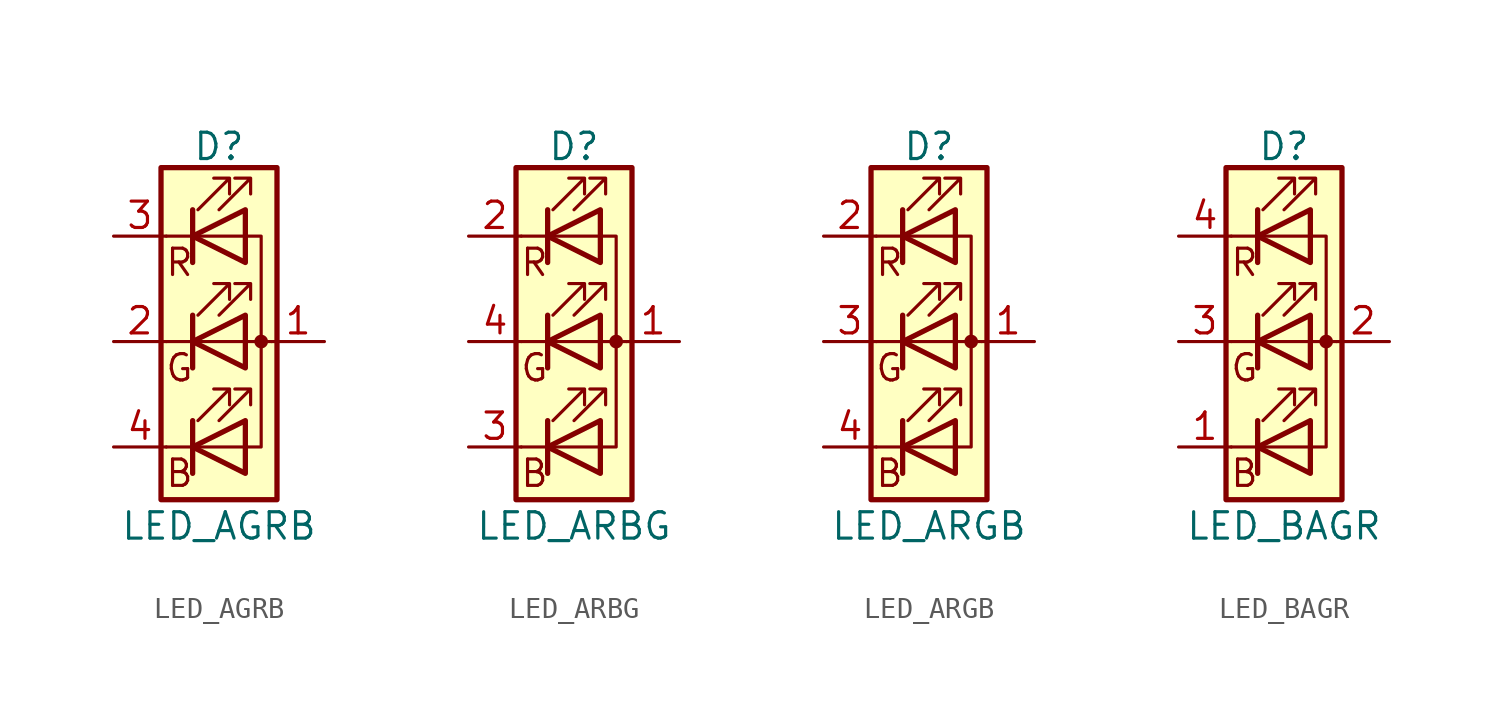
<source format=kicad_sym>
(kicad_symbol_lib
  (version 20241209)
  (generator "kicad_symbol_editor")
  (generator_version "9.0")
  (symbol "LED_AGRB"
    (pin_names
      (offset 0)
      (hide yes))
    (property "Reference" "D"
      (at 0 9.398 0)
      (effects (font (size 1.27 1.27))))
    (property "Value" "LED_AGRB"
      (at 0 -8.89 0)
      (effects (font (size 1.27 1.27))))
    (symbol "LED_AGRB_0_0"
      (text "R" (at -1.905 3.81 0) (effects (font (size 1.27 1.27))))
      (text "G" (at -1.905 -1.27 0) (effects (font (size 1.27 1.27))))
      (text "B" (at -1.905 -6.35 0) (effects (font (size 1.27 1.27)))))
    (symbol "LED_AGRB_0_1"
      (polyline (pts (xy -1.27 6.35) (xy -1.27 3.81)) (stroke (width 0.254) (type solid)) (fill (type none)))
      (polyline (pts (xy -1.27 6.35) (xy -1.27 3.81) (xy -1.27 3.81)) (stroke (width 0) (type solid)) (fill (type none)))
      (polyline (pts (xy -1.27 5.08) (xy -2.54 5.08)) (stroke (width 0) (type solid)) (fill (type none)))
      (polyline (pts (xy -1.27 5.08) (xy 1.27 5.08)) (stroke (width 0) (type solid)) (fill (type none)))
      (polyline (pts (xy -1.27 1.27) (xy -1.27 -1.27)) (stroke (width 0.254) (type solid)) (fill (type none)))
      (polyline (pts (xy -1.27 1.27) (xy -1.27 -1.27) (xy -1.27 -1.27)) (stroke (width 0) (type solid)) (fill (type none)))
      (polyline (pts (xy -1.27 0) (xy -2.54 0)) (stroke (width 0) (type solid)) (fill (type none)))
      (polyline (pts (xy -1.27 -3.81) (xy -1.27 -6.35)) (stroke (width 0.254) (type solid)) (fill (type none)))
      (polyline (pts (xy -1.27 -5.08) (xy -2.54 -5.08)) (stroke (width 0) (type solid)) (fill (type none)))
      (polyline (pts (xy -1.27 -5.08) (xy 1.27 -5.08)) (stroke (width 0) (type solid)) (fill (type none)))
      (polyline (pts (xy -1.016 6.35) (xy 0.508 7.874) (xy -0.254 7.874) (xy 0.508 7.874) (xy 0.508 7.112)) (stroke (width 0) (type solid)) (fill (type none)))
      (polyline (pts (xy -1.016 1.27) (xy 0.508 2.794) (xy -0.254 2.794) (xy 0.508 2.794) (xy 0.508 2.032)) (stroke (width 0) (type solid)) (fill (type none)))
      (polyline (pts (xy -1.016 -3.81) (xy 0.508 -2.286) (xy -0.254 -2.286) (xy 0.508 -2.286) (xy 0.508 -3.048)) (stroke (width 0) (type solid)) (fill (type none)))
      (polyline (pts (xy 0 6.35) (xy 1.524 7.874) (xy 0.762 7.874) (xy 1.524 7.874) (xy 1.524 7.112)) (stroke (width 0) (type solid)) (fill (type none)))
      (polyline (pts (xy 0 1.27) (xy 1.524 2.794) (xy 0.762 2.794) (xy 1.524 2.794) (xy 1.524 2.032)) (stroke (width 0) (type solid)) (fill (type none)))
      (polyline (pts (xy 0 -3.81) (xy 1.524 -2.286) (xy 0.762 -2.286) (xy 1.524 -2.286) (xy 1.524 -3.048)) (stroke (width 0) (type solid)) (fill (type none)))
      (polyline (pts (xy 1.27 6.35) (xy 1.27 3.81) (xy -1.27 5.08) (xy 1.27 6.35)) (stroke (width 0.254) (type solid)) (fill (type none)))
      (rectangle (start 1.27 6.35) (end 1.27 6.35) (stroke (width 0) (type solid)) (fill (type none)))
      (rectangle (start 1.27 3.81) (end 1.27 6.35) (stroke (width 0) (type solid)) (fill (type none)))
      (polyline (pts (xy 1.27 1.27) (xy 1.27 -1.27) (xy -1.27 0) (xy 1.27 1.27)) (stroke (width 0.254) (type solid)) (fill (type none)))
      (rectangle (start 1.27 1.27) (end 1.27 1.27) (stroke (width 0) (type solid)) (fill (type none)))
      (polyline (pts (xy 1.27 0) (xy -1.27 0)) (stroke (width 0) (type solid)) (fill (type none)))
      (polyline (pts (xy 1.27 0) (xy 2.54 0)) (stroke (width 0) (type solid)) (fill (type none)))
      (rectangle (start 1.27 -1.27) (end 1.27 1.27) (stroke (width 0) (type solid)) (fill (type none)))
      (polyline (pts (xy 1.27 -3.81) (xy 1.27 -6.35) (xy -1.27 -5.08) (xy 1.27 -3.81)) (stroke (width 0.254) (type solid)) (fill (type none)))
      (polyline (pts (xy 1.27 -5.08) (xy 2.032 -5.08) (xy 2.032 5.08) (xy 1.27 5.08)) (stroke (width 0) (type solid)) (fill (type none)))
      (circle (center 2.032 0) (radius 0.254) (stroke (width 0) (type solid)) (fill (type outline)))
      (rectangle (start 2.794 8.382) (end -2.794 -7.62) (stroke (width 0.254) (type solid)) (fill (type background))))
    (symbol "LED_AGRB_1_1"
      (pin passive line (at -5.08 5.08 0) (length 2.54) (name "RK" (effects (font (size 1.27 1.27)))) (number "3" (effects (font (size 1.27 1.27)))))
      (pin passive line (at -5.08 0 0) (length 2.54) (name "GK" (effects (font (size 1.27 1.27)))) (number "2" (effects (font (size 1.27 1.27)))))
      (pin passive line (at -5.08 -5.08 0) (length 2.54) (name "BK" (effects (font (size 1.27 1.27)))) (number "4" (effects (font (size 1.27 1.27)))))
      (pin passive line (at 5.08 0 180) (length 2.54) (name "A" (effects (font (size 1.27 1.27)))) (number "1" (effects (font (size 1.27 1.27)))))))
  (symbol "LED_ARBG"
    (pin_names
      (offset 0)
      (hide yes))
    (property "Reference" "D"
      (at 0 9.398 0)
      (effects (font (size 1.27 1.27))))
    (property "Value" "LED_ARBG"
      (at 0 -8.89 0)
      (effects (font (size 1.27 1.27))))
    (symbol "LED_ARBG_0_0"
      (text "R" (at -1.905 3.81 0) (effects (font (size 1.27 1.27))))
      (text "G" (at -1.905 -1.27 0) (effects (font (size 1.27 1.27))))
      (text "B" (at -1.905 -6.35 0) (effects (font (size 1.27 1.27)))))
    (symbol "LED_ARBG_0_1"
      (polyline (pts (xy -1.27 6.35) (xy -1.27 3.81)) (stroke (width 0.254) (type solid)) (fill (type none)))
      (polyline (pts (xy -1.27 6.35) (xy -1.27 3.81) (xy -1.27 3.81)) (stroke (width 0) (type solid)) (fill (type none)))
      (polyline (pts (xy -1.27 5.08) (xy -2.54 5.08)) (stroke (width 0) (type solid)) (fill (type none)))
      (polyline (pts (xy -1.27 5.08) (xy 1.27 5.08)) (stroke (width 0) (type solid)) (fill (type none)))
      (polyline (pts (xy -1.27 1.27) (xy -1.27 -1.27)) (stroke (width 0.254) (type solid)) (fill (type none)))
      (polyline (pts (xy -1.27 1.27) (xy -1.27 -1.27) (xy -1.27 -1.27)) (stroke (width 0) (type solid)) (fill (type none)))
      (polyline (pts (xy -1.27 0) (xy -2.54 0)) (stroke (width 0) (type solid)) (fill (type none)))
      (polyline (pts (xy -1.27 -3.81) (xy -1.27 -6.35)) (stroke (width 0.254) (type solid)) (fill (type none)))
      (polyline (pts (xy -1.27 -5.08) (xy -2.54 -5.08)) (stroke (width 0) (type solid)) (fill (type none)))
      (polyline (pts (xy -1.27 -5.08) (xy 1.27 -5.08)) (stroke (width 0) (type solid)) (fill (type none)))
      (polyline (pts (xy -1.016 6.35) (xy 0.508 7.874) (xy -0.254 7.874) (xy 0.508 7.874) (xy 0.508 7.112)) (stroke (width 0) (type solid)) (fill (type none)))
      (polyline (pts (xy -1.016 1.27) (xy 0.508 2.794) (xy -0.254 2.794) (xy 0.508 2.794) (xy 0.508 2.032)) (stroke (width 0) (type solid)) (fill (type none)))
      (polyline (pts (xy -1.016 -3.81) (xy 0.508 -2.286) (xy -0.254 -2.286) (xy 0.508 -2.286) (xy 0.508 -3.048)) (stroke (width 0) (type solid)) (fill (type none)))
      (polyline (pts (xy 0 6.35) (xy 1.524 7.874) (xy 0.762 7.874) (xy 1.524 7.874) (xy 1.524 7.112)) (stroke (width 0) (type solid)) (fill (type none)))
      (polyline (pts (xy 0 1.27) (xy 1.524 2.794) (xy 0.762 2.794) (xy 1.524 2.794) (xy 1.524 2.032)) (stroke (width 0) (type solid)) (fill (type none)))
      (polyline (pts (xy 0 -3.81) (xy 1.524 -2.286) (xy 0.762 -2.286) (xy 1.524 -2.286) (xy 1.524 -3.048)) (stroke (width 0) (type solid)) (fill (type none)))
      (polyline (pts (xy 1.27 6.35) (xy 1.27 3.81) (xy -1.27 5.08) (xy 1.27 6.35)) (stroke (width 0.254) (type solid)) (fill (type none)))
      (rectangle (start 1.27 6.35) (end 1.27 6.35) (stroke (width 0) (type solid)) (fill (type none)))
      (rectangle (start 1.27 3.81) (end 1.27 6.35) (stroke (width 0) (type solid)) (fill (type none)))
      (polyline (pts (xy 1.27 1.27) (xy 1.27 -1.27) (xy -1.27 0) (xy 1.27 1.27)) (stroke (width 0.254) (type solid)) (fill (type none)))
      (rectangle (start 1.27 1.27) (end 1.27 1.27) (stroke (width 0) (type solid)) (fill (type none)))
      (polyline (pts (xy 1.27 0) (xy -1.27 0)) (stroke (width 0) (type solid)) (fill (type none)))
      (polyline (pts (xy 1.27 0) (xy 2.54 0)) (stroke (width 0) (type solid)) (fill (type none)))
      (rectangle (start 1.27 -1.27) (end 1.27 1.27) (stroke (width 0) (type solid)) (fill (type none)))
      (polyline (pts (xy 1.27 -3.81) (xy 1.27 -6.35) (xy -1.27 -5.08) (xy 1.27 -3.81)) (stroke (width 0.254) (type solid)) (fill (type none)))
      (polyline (pts (xy 1.27 -5.08) (xy 2.032 -5.08) (xy 2.032 5.08) (xy 1.27 5.08)) (stroke (width 0) (type solid)) (fill (type none)))
      (circle (center 2.032 0) (radius 0.254) (stroke (width 0) (type solid)) (fill (type outline)))
      (rectangle (start 2.794 8.382) (end -2.794 -7.62) (stroke (width 0.254) (type solid)) (fill (type background))))
    (symbol "LED_ARBG_1_1"
      (pin passive line (at -5.08 5.08 0) (length 2.54) (name "RK" (effects (font (size 1.27 1.27)))) (number "2" (effects (font (size 1.27 1.27)))))
      (pin passive line (at -5.08 0 0) (length 2.54) (name "GK" (effects (font (size 1.27 1.27)))) (number "4" (effects (font (size 1.27 1.27)))))
      (pin passive line (at -5.08 -5.08 0) (length 2.54) (name "BK" (effects (font (size 1.27 1.27)))) (number "3" (effects (font (size 1.27 1.27)))))
      (pin passive line (at 5.08 0 180) (length 2.54) (name "A" (effects (font (size 1.27 1.27)))) (number "1" (effects (font (size 1.27 1.27)))))))
  (symbol "LED_ARGB"
    (pin_names
      (offset 0)
      (hide yes))
    (property "Reference" "D"
      (at 0 9.398 0)
      (effects (font (size 1.27 1.27))))
    (property "Value" "LED_ARGB"
      (at 0 -8.89 0)
      (effects (font (size 1.27 1.27))))
    (symbol "LED_ARGB_0_0"
      (text "R" (at -1.905 3.81 0) (effects (font (size 1.27 1.27))))
      (text "G" (at -1.905 -1.27 0) (effects (font (size 1.27 1.27))))
      (text "B" (at -1.905 -6.35 0) (effects (font (size 1.27 1.27)))))
    (symbol "LED_ARGB_0_1"
      (polyline (pts (xy -1.27 6.35) (xy -1.27 3.81)) (stroke (width 0.254) (type solid)) (fill (type none)))
      (polyline (pts (xy -1.27 6.35) (xy -1.27 3.81) (xy -1.27 3.81)) (stroke (width 0) (type solid)) (fill (type none)))
      (polyline (pts (xy -1.27 5.08) (xy -2.54 5.08)) (stroke (width 0) (type solid)) (fill (type none)))
      (polyline (pts (xy -1.27 5.08) (xy 1.27 5.08)) (stroke (width 0) (type solid)) (fill (type none)))
      (polyline (pts (xy -1.27 1.27) (xy -1.27 -1.27)) (stroke (width 0.254) (type solid)) (fill (type none)))
      (polyline (pts (xy -1.27 1.27) (xy -1.27 -1.27) (xy -1.27 -1.27)) (stroke (width 0) (type solid)) (fill (type none)))
      (polyline (pts (xy -1.27 0) (xy -2.54 0)) (stroke (width 0) (type solid)) (fill (type none)))
      (polyline (pts (xy -1.27 -3.81) (xy -1.27 -6.35)) (stroke (width 0.254) (type solid)) (fill (type none)))
      (polyline (pts (xy -1.27 -5.08) (xy -2.54 -5.08)) (stroke (width 0) (type solid)) (fill (type none)))
      (polyline (pts (xy -1.27 -5.08) (xy 1.27 -5.08)) (stroke (width 0) (type solid)) (fill (type none)))
      (polyline (pts (xy -1.016 6.35) (xy 0.508 7.874) (xy -0.254 7.874) (xy 0.508 7.874) (xy 0.508 7.112)) (stroke (width 0) (type solid)) (fill (type none)))
      (polyline (pts (xy -1.016 1.27) (xy 0.508 2.794) (xy -0.254 2.794) (xy 0.508 2.794) (xy 0.508 2.032)) (stroke (width 0) (type solid)) (fill (type none)))
      (polyline (pts (xy -1.016 -3.81) (xy 0.508 -2.286) (xy -0.254 -2.286) (xy 0.508 -2.286) (xy 0.508 -3.048)) (stroke (width 0) (type solid)) (fill (type none)))
      (polyline (pts (xy 0 6.35) (xy 1.524 7.874) (xy 0.762 7.874) (xy 1.524 7.874) (xy 1.524 7.112)) (stroke (width 0) (type solid)) (fill (type none)))
      (polyline (pts (xy 0 1.27) (xy 1.524 2.794) (xy 0.762 2.794) (xy 1.524 2.794) (xy 1.524 2.032)) (stroke (width 0) (type solid)) (fill (type none)))
      (polyline (pts (xy 0 -3.81) (xy 1.524 -2.286) (xy 0.762 -2.286) (xy 1.524 -2.286) (xy 1.524 -3.048)) (stroke (width 0) (type solid)) (fill (type none)))
      (polyline (pts (xy 1.27 6.35) (xy 1.27 3.81) (xy -1.27 5.08) (xy 1.27 6.35)) (stroke (width 0.254) (type solid)) (fill (type none)))
      (rectangle (start 1.27 6.35) (end 1.27 6.35) (stroke (width 0) (type solid)) (fill (type none)))
      (rectangle (start 1.27 3.81) (end 1.27 6.35) (stroke (width 0) (type solid)) (fill (type none)))
      (polyline (pts (xy 1.27 1.27) (xy 1.27 -1.27) (xy -1.27 0) (xy 1.27 1.27)) (stroke (width 0.254) (type solid)) (fill (type none)))
      (rectangle (start 1.27 1.27) (end 1.27 1.27) (stroke (width 0) (type solid)) (fill (type none)))
      (polyline (pts (xy 1.27 0) (xy -1.27 0)) (stroke (width 0) (type solid)) (fill (type none)))
      (polyline (pts (xy 1.27 0) (xy 2.54 0)) (stroke (width 0) (type solid)) (fill (type none)))
      (rectangle (start 1.27 -1.27) (end 1.27 1.27) (stroke (width 0) (type solid)) (fill (type none)))
      (polyline (pts (xy 1.27 -3.81) (xy 1.27 -6.35) (xy -1.27 -5.08) (xy 1.27 -3.81)) (stroke (width 0.254) (type solid)) (fill (type none)))
      (polyline (pts (xy 1.27 -5.08) (xy 2.032 -5.08) (xy 2.032 5.08) (xy 1.27 5.08)) (stroke (width 0) (type solid)) (fill (type none)))
      (circle (center 2.032 0) (radius 0.254) (stroke (width 0) (type solid)) (fill (type outline)))
      (rectangle (start 2.794 8.382) (end -2.794 -7.62) (stroke (width 0.254) (type solid)) (fill (type background))))
    (symbol "LED_ARGB_1_1"
      (pin passive line (at -5.08 5.08 0) (length 2.54) (name "RK" (effects (font (size 1.27 1.27)))) (number "2" (effects (font (size 1.27 1.27)))))
      (pin passive line (at -5.08 0 0) (length 2.54) (name "GK" (effects (font (size 1.27 1.27)))) (number "3" (effects (font (size 1.27 1.27)))))
      (pin passive line (at -5.08 -5.08 0) (length 2.54) (name "BK" (effects (font (size 1.27 1.27)))) (number "4" (effects (font (size 1.27 1.27)))))
      (pin passive line (at 5.08 0 180) (length 2.54) (name "A" (effects (font (size 1.27 1.27)))) (number "1" (effects (font (size 1.27 1.27)))))))
  (symbol "LED_BAGR"
    (pin_names
      (offset 0)
      (hide yes))
    (property "Reference" "D"
      (at 0 9.398 0)
      (effects (font (size 1.27 1.27))))
    (property "Value" "LED_BAGR"
      (at 0 -8.89 0)
      (effects (font (size 1.27 1.27))))
    (symbol "LED_BAGR_0_0"
      (text "R" (at -1.905 3.81 0) (effects (font (size 1.27 1.27))))
      (text "G" (at -1.905 -1.27 0) (effects (font (size 1.27 1.27))))
      (text "B" (at -1.905 -6.35 0) (effects (font (size 1.27 1.27)))))
    (symbol "LED_BAGR_0_1"
      (polyline (pts (xy -1.27 6.35) (xy -1.27 3.81)) (stroke (width 0.254) (type solid)) (fill (type none)))
      (polyline (pts (xy -1.27 6.35) (xy -1.27 3.81) (xy -1.27 3.81)) (stroke (width 0) (type solid)) (fill (type none)))
      (polyline (pts (xy -1.27 5.08) (xy -2.54 5.08)) (stroke (width 0) (type solid)) (fill (type none)))
      (polyline (pts (xy -1.27 5.08) (xy 1.27 5.08)) (stroke (width 0) (type solid)) (fill (type none)))
      (polyline (pts (xy -1.27 1.27) (xy -1.27 -1.27)) (stroke (width 0.254) (type solid)) (fill (type none)))
      (polyline (pts (xy -1.27 1.27) (xy -1.27 -1.27) (xy -1.27 -1.27)) (stroke (width 0) (type solid)) (fill (type none)))
      (polyline (pts (xy -1.27 0) (xy -2.54 0)) (stroke (width 0) (type solid)) (fill (type none)))
      (polyline (pts (xy -1.27 -3.81) (xy -1.27 -6.35)) (stroke (width 0.254) (type solid)) (fill (type none)))
      (polyline (pts (xy -1.27 -5.08) (xy -2.54 -5.08)) (stroke (width 0) (type solid)) (fill (type none)))
      (polyline (pts (xy -1.27 -5.08) (xy 1.27 -5.08)) (stroke (width 0) (type solid)) (fill (type none)))
      (polyline (pts (xy -1.016 6.35) (xy 0.508 7.874) (xy -0.254 7.874) (xy 0.508 7.874) (xy 0.508 7.112)) (stroke (width 0) (type solid)) (fill (type none)))
      (polyline (pts (xy -1.016 1.27) (xy 0.508 2.794) (xy -0.254 2.794) (xy 0.508 2.794) (xy 0.508 2.032)) (stroke (width 0) (type solid)) (fill (type none)))
      (polyline (pts (xy -1.016 -3.81) (xy 0.508 -2.286) (xy -0.254 -2.286) (xy 0.508 -2.286) (xy 0.508 -3.048)) (stroke (width 0) (type solid)) (fill (type none)))
      (polyline (pts (xy 0 6.35) (xy 1.524 7.874) (xy 0.762 7.874) (xy 1.524 7.874) (xy 1.524 7.112)) (stroke (width 0) (type solid)) (fill (type none)))
      (polyline (pts (xy 0 1.27) (xy 1.524 2.794) (xy 0.762 2.794) (xy 1.524 2.794) (xy 1.524 2.032)) (stroke (width 0) (type solid)) (fill (type none)))
      (polyline (pts (xy 0 -3.81) (xy 1.524 -2.286) (xy 0.762 -2.286) (xy 1.524 -2.286) (xy 1.524 -3.048)) (stroke (width 0) (type solid)) (fill (type none)))
      (polyline (pts (xy 1.27 6.35) (xy 1.27 3.81) (xy -1.27 5.08) (xy 1.27 6.35)) (stroke (width 0.254) (type solid)) (fill (type none)))
      (rectangle (start 1.27 6.35) (end 1.27 6.35) (stroke (width 0) (type solid)) (fill (type none)))
      (rectangle (start 1.27 3.81) (end 1.27 6.35) (stroke (width 0) (type solid)) (fill (type none)))
      (polyline (pts (xy 1.27 1.27) (xy 1.27 -1.27) (xy -1.27 0) (xy 1.27 1.27)) (stroke (width 0.254) (type solid)) (fill (type none)))
      (rectangle (start 1.27 1.27) (end 1.27 1.27) (stroke (width 0) (type solid)) (fill (type none)))
      (polyline (pts (xy 1.27 0) (xy -1.27 0)) (stroke (width 0) (type solid)) (fill (type none)))
      (polyline (pts (xy 1.27 0) (xy 2.54 0)) (stroke (width 0) (type solid)) (fill (type none)))
      (rectangle (start 1.27 -1.27) (end 1.27 1.27) (stroke (width 0) (type solid)) (fill (type none)))
      (polyline (pts (xy 1.27 -3.81) (xy 1.27 -6.35) (xy -1.27 -5.08) (xy 1.27 -3.81)) (stroke (width 0.254) (type solid)) (fill (type none)))
      (polyline (pts (xy 1.27 -5.08) (xy 2.032 -5.08) (xy 2.032 5.08) (xy 1.27 5.08)) (stroke (width 0) (type solid)) (fill (type none)))
      (circle (center 2.032 0) (radius 0.254) (stroke (width 0) (type solid)) (fill (type outline)))
      (rectangle (start 2.794 8.382) (end -2.794 -7.62) (stroke (width 0.254) (type solid)) (fill (type background))))
    (symbol "LED_BAGR_1_1"
      (pin passive line (at -5.08 5.08 0) (length 2.54) (name "RK" (effects (font (size 1.27 1.27)))) (number "4" (effects (font (size 1.27 1.27)))))
      (pin passive line (at -5.08 0 0) (length 2.54) (name "GK" (effects (font (size 1.27 1.27)))) (number "3" (effects (font (size 1.27 1.27)))))
      (pin passive line (at -5.08 -5.08 0) (length 2.54) (name "BK" (effects (font (size 1.27 1.27)))) (number "1" (effects (font (size 1.27 1.27)))))
      (pin passive line (at 5.08 0 180) (length 2.54) (name "A" (effects (font (size 1.27 1.27)))) (number "2" (effects (font (size 1.27 1.27))))))))
</source>
